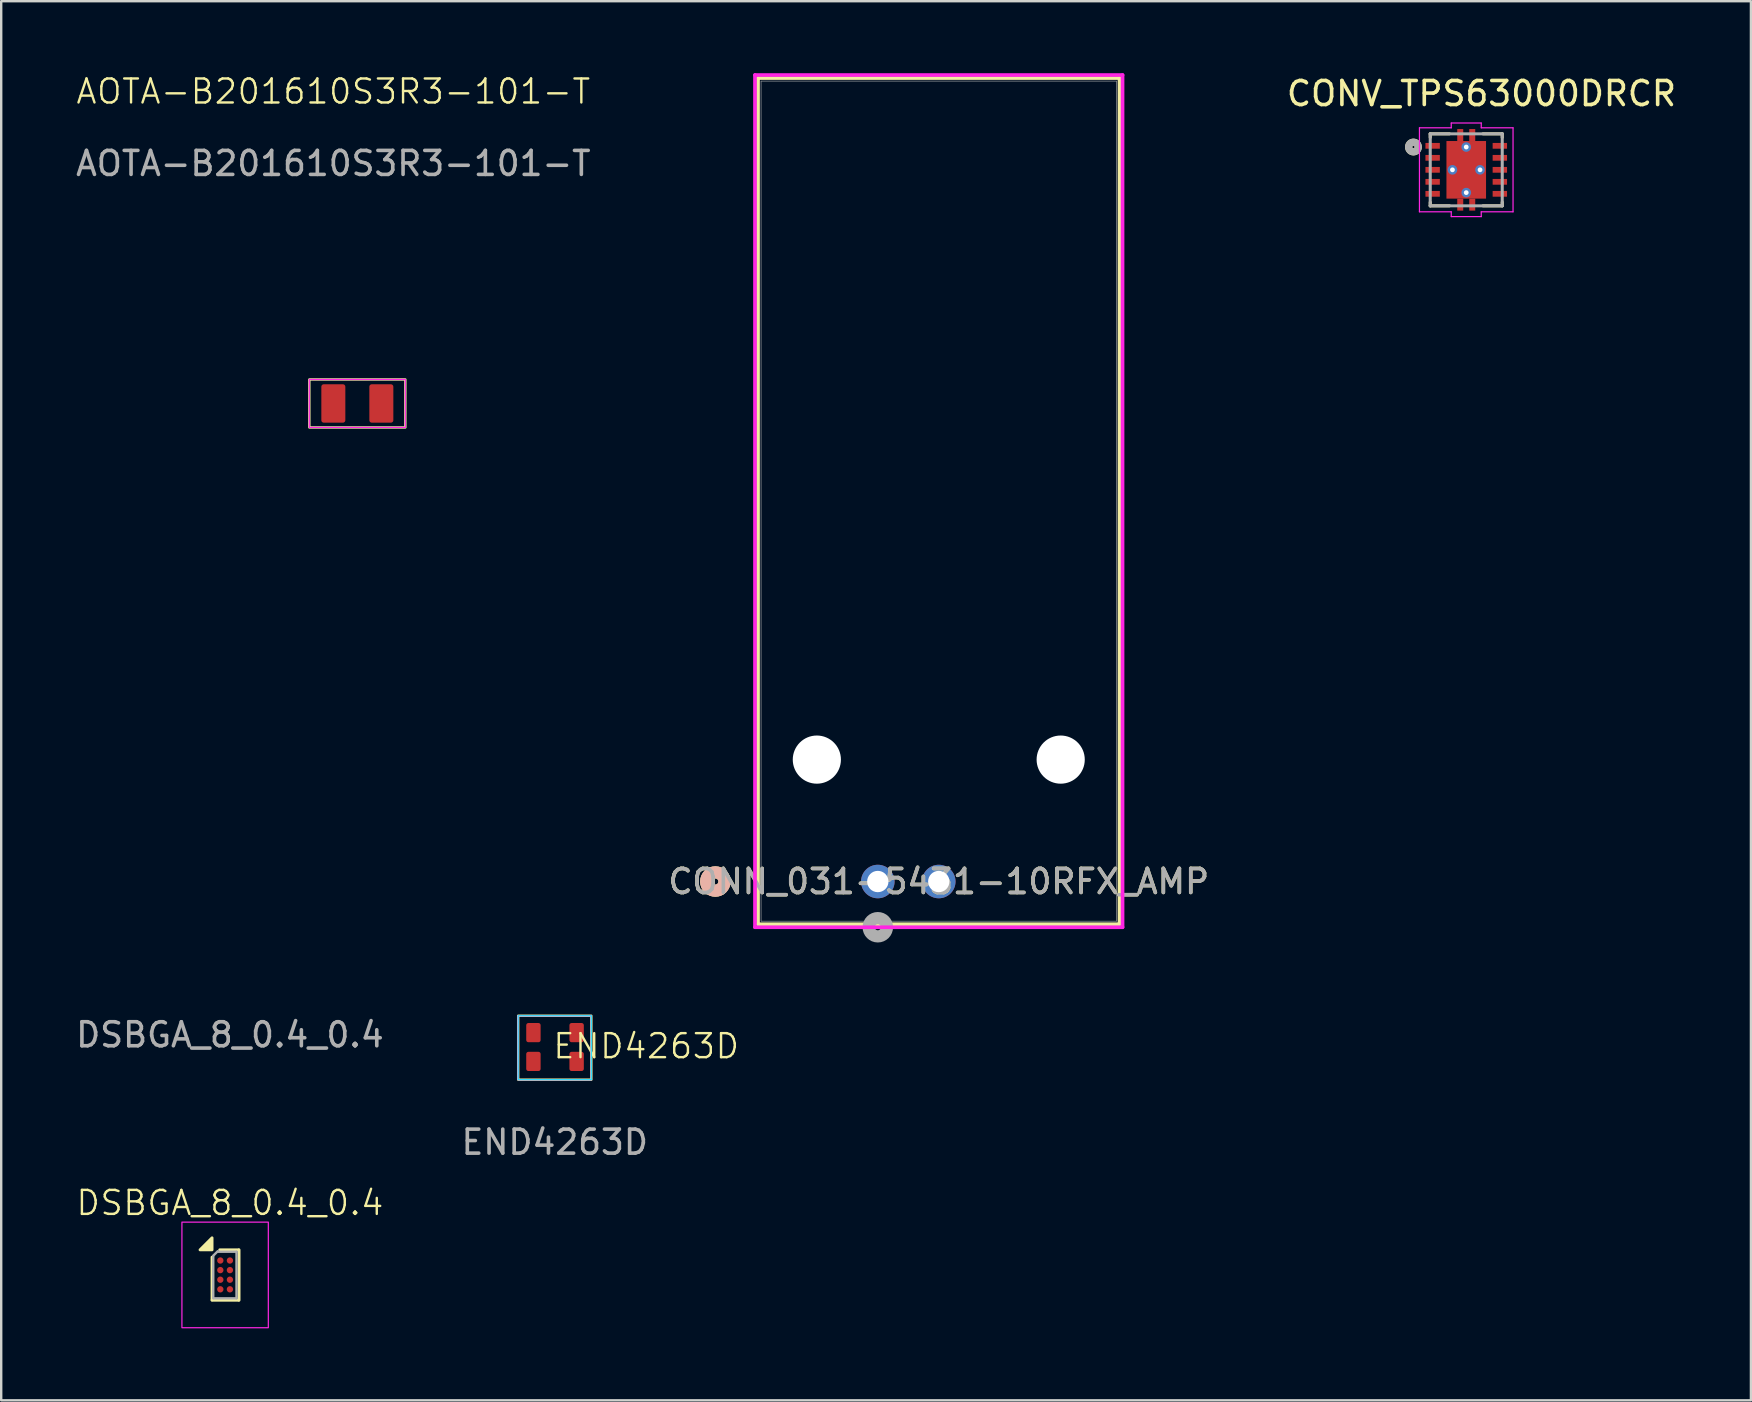
<source format=kicad_pcb>
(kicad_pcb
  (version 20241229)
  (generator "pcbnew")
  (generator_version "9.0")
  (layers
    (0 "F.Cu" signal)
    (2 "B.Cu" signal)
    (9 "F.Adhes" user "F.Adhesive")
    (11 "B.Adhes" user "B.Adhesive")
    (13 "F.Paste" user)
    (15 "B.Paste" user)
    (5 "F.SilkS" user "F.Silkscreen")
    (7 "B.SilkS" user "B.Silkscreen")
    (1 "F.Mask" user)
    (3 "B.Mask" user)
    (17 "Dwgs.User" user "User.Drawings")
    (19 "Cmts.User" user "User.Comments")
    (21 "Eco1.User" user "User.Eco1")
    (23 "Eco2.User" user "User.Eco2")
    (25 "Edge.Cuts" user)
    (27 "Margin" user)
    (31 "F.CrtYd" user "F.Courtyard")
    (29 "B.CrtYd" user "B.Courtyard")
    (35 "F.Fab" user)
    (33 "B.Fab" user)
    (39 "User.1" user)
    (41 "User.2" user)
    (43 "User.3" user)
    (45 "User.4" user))
  (footprint "AOTA-B201610S3R3-101-T"
    (layer "F.Cu")
    (at 10.839 13.761)
    (property "Reference" "AOTA-B201610S3R3-101-T" (at 0 -13 0) (unlocked yes) (layer "F.SilkS") (effects (font (size 1 1) (thickness 0.1))))
    (attr smd)
    (fp_rect (start -1 -1) (end 3 1) (stroke (width 0.1) (type default)) (fill no) (layer "F.SilkS"))
    (fp_rect (start -1 -1) (end 3 1) (stroke (width 0.05) (type default)) (fill no) (layer "F.CrtYd"))
    (fp_text user "${REFERENCE}" (at 0 -10 0) (unlocked yes) (layer "F.Fab") (effects (font (size 1 1) (thickness 0.15))))
    (pad "1" smd roundrect (at 0 0) (size 1 1.6) (layers "F.Cu" "F.Mask" "F.Paste") (roundrect_rratio 0.1))
    (pad "2" smd roundrect (at 2 0) (size 1 1.6) (layers "F.Cu" "F.Mask" "F.Paste") (roundrect_rratio 0.1)))
  (footprint "DSBGA_8_0.4_0.4"
    (layer "F.Cu")
    (at 6.53 49.871)
    (property "Reference" "DSBGA_8_0.4_0.4" (at 0 -2.8 0) (unlocked yes) (layer "F.SilkS") (effects (font (size 1 1) (thickness 0.1))))
    (attr smd)
    (fp_line (start -0.745 -0.54) (end -0.745 1.24) (stroke (width 0.12) (type solid)) (layer "F.SilkS"))
    (fp_line (start -0.745 1.255) (end 0.355 1.255) (stroke (width 0.12) (type solid)) (layer "F.SilkS"))
    (fp_line (start 0.355 -0.845) (end -0.425 -0.845) (stroke (width 0.12) (type solid)) (layer "F.SilkS"))
    (fp_line (start 0.38 -0.845) (end 0.38 1.255) (stroke (width 0.12) (type solid)) (layer "F.SilkS"))
    (fp_poly (pts (xy -0.745 -0.845) (xy -1.245 -0.845) (xy -0.745 -1.345) (xy -0.745 -0.845)) (stroke (width 0.12) (type solid)) (fill yes) (layer "F.SilkS"))
    (fp_rect (start -2 -2) (end 1.6 2.4) (stroke (width 0.05) (type default)) (fill no) (layer "F.CrtYd"))
    (fp_line (start -0.695 -0.595) (end -0.695 1.175) (stroke (width 0.1) (type solid)) (layer "F.Fab"))
    (fp_line (start -0.68 -0.615) (end -0.51 -0.785) (stroke (width 0.1) (type solid)) (layer "F.Fab"))
    (fp_line (start -0.665 1.175) (end 0.275 1.175) (stroke (width 0.1) (type solid)) (layer "F.Fab"))
    (fp_line (start 0.275 -0.765) (end -0.495 -0.765) (stroke (width 0.1) (type solid)) (layer "F.Fab"))
    (fp_line (start 0.275 1.175) (end 0.275 -0.765) (stroke (width 0.1) (type solid)) (layer "F.Fab"))
    (fp_text user "${REFERENCE}" (at 0 -9.803 0) (unlocked yes) (layer "F.Fab") (effects (font (size 1 1) (thickness 0.15))))
    (pad "" smd rect (at -0.4 -0.4) (size 0.3 0.3) (layers "F.Paste"))
    (pad "" smd rect (at -0.4 0) (size 0.3 0.3) (layers "F.Paste"))
    (pad "" smd rect (at -0.4 0.4) (size 0.3 0.3) (layers "F.Paste"))
    (pad "" smd rect (at -0.4 0.8) (size 0.3 0.3) (layers "F.Paste"))
    (pad "" smd rect (at 0 -0.4) (size 0.3 0.3) (layers "F.Paste"))
    (pad "" smd rect (at 0 0) (size 0.3 0.3) (layers "F.Paste"))
    (pad "" smd rect (at 0 0.4) (size 0.3 0.3) (layers "F.Paste"))
    (pad "" smd rect (at 0 0.8) (size 0.3 0.3) (layers "F.Paste"))
    (pad "A1" smd circle (at -0.4 -0.4) (size 0.265 0.265) (property pad_prop_bga) (layers "F.Cu" "F.Mask"))
    (pad "A2" smd circle (at 0 -0.4) (size 0.265 0.265) (property pad_prop_bga) (layers "F.Cu" "F.Mask"))
    (pad "B1" smd circle (at -0.4 0) (size 0.265 0.265) (property pad_prop_bga) (layers "F.Cu" "F.Mask"))
    (pad "B2" smd circle (at 0 0) (size 0.265 0.265) (property pad_prop_bga) (layers "F.Cu" "F.Mask"))
    (pad "C1" smd circle (at -0.4 0.4) (size 0.265 0.265) (property pad_prop_bga) (layers "F.Cu" "F.Mask"))
    (pad "C2" smd circle (at 0 0.4) (size 0.265 0.265) (property pad_prop_bga) (layers "F.Cu" "F.Mask"))
    (pad "D1" smd circle (at -0.4 0.8) (size 0.265 0.265) (property pad_prop_bga) (layers "F.Cu" "F.Mask"))
    (pad "D2" smd circle (at 0 0.8) (size 0.265 0.265) (property pad_prop_bga) (layers "F.Cu" "F.Mask")))
  (footprint "END4263D"
    (layer "F.Cu")
    (at 20.065 40.604)
    (property "Reference" "END4263D" (at 3.81 -0.064 0) (unlocked yes) (layer "F.SilkS") (effects (font (size 1 1) (thickness 0.1))))
    (attr smd)
    (fp_rect (start -1.524 -1.333) (end 1.524 1.333) (stroke (width 0.1) (type default)) (fill no) (layer "F.SilkS"))
    (fp_rect (start -1.524 -1.333) (end 1.524 1.333) (stroke (width 0.05) (type default)) (fill no) (layer "B.CrtYd"))
    (fp_rect (start -1.524 -1.333) (end 1.524 1.333) (stroke (width 0.05) (type default)) (fill no) (layer "F.CrtYd"))
    (fp_text user "${REFERENCE}" (at 0 3.937 0) (unlocked yes) (layer "F.Fab") (effects (font (size 1 1) (thickness 0.15))))
    (pad "1" smd roundrect (at -0.889 0.572) (size 0.6 0.8) (layers "F.Cu" "F.Mask" "F.Paste") (roundrect_rratio 0.15))
    (pad "2" smd roundrect (at 0.911 0.572) (size 0.6 0.8) (layers "F.Cu" "F.Mask" "F.Paste") (roundrect_rratio 0.15))
    (pad "3" smd roundrect (at 0.911 -0.628) (size 0.6 0.8) (layers "F.Cu" "F.Mask" "F.Paste") (roundrect_rratio 0.15))
    (pad "4" smd roundrect (at -0.889 -0.628) (size 0.6 0.8) (layers "F.Cu" "F.Mask" "F.Paste") (roundrect_rratio 0.15)))
  (footprint "CONV_TPS63000DRCR"
    (layer "F.Cu")
    (at 58.043 4.026)
    (property "Reference" "CONV_TPS63000DRCR" (at 0.635 -3.177 0) (layer "F.SilkS") (effects (font (size 1.001 1.001) (thickness 0.15))))
    (attr smd)
    (fp_line (start -1.5 -1.5) (end -1.5 -1.35) (stroke (width 0.127) (type solid)) (layer "F.SilkS"))
    (fp_line (start -1.5 1.5) (end -1.5 1.35) (stroke (width 0.127) (type solid)) (layer "F.SilkS"))
    (fp_line (start -0.7 -1.5) (end -1.5 -1.5) (stroke (width 0.127) (type solid)) (layer "F.SilkS"))
    (fp_line (start -0.7 1.5) (end -1.5 1.5) (stroke (width 0.127) (type solid)) (layer "F.SilkS"))
    (fp_line (start 0.7 -1.5) (end 1.5 -1.5) (stroke (width 0.127) (type solid)) (layer "F.SilkS"))
    (fp_line (start 0.7 1.5) (end 1.5 1.5) (stroke (width 0.127) (type solid)) (layer "F.SilkS"))
    (fp_line (start 1.5 -1.5) (end 1.5 -1.35) (stroke (width 0.127) (type solid)) (layer "F.SilkS"))
    (fp_line (start 1.5 1.5) (end 1.5 1.35) (stroke (width 0.127) (type solid)) (layer "F.SilkS"))
    (fp_circle (center -2.2 -0.95) (end -2.15 -0.95) (stroke (width 0.3) (type solid)) (fill no) (layer "F.SilkS"))
    (fp_poly (pts (xy -0.751 -1.16) (xy 0.75 -1.16) (xy 0.75 -0.1) (xy -0.751 -0.1)) (stroke (width 0.01) (type solid)) (fill yes) (layer "F.Paste"))
    (fp_poly (pts (xy -0.75 0.1) (xy 0.75 0.1) (xy 0.75 1.161) (xy -0.75 1.161)) (stroke (width 0.01) (type solid)) (fill yes) (layer "F.Paste"))
    (fp_poly (pts (xy -0.376 1.36) (xy -0.125 1.36) (xy -0.125 1.703) (xy -0.376 1.703)) (stroke (width 0.01) (type solid)) (fill yes) (layer "F.Paste"))
    (fp_poly (pts (xy -0.375 -1.7) (xy -0.125 -1.7) (xy -0.125 -1.361) (xy -0.375 -1.361)) (stroke (width 0.01) (type solid)) (fill yes) (layer "F.Paste"))
    (fp_poly (pts (xy 0.125 1.36) (xy 0.375 1.36) (xy 0.375 1.702) (xy 0.125 1.702)) (stroke (width 0.01) (type solid)) (fill yes) (layer "F.Paste"))
    (fp_poly (pts (xy 0.125 -1.7) (xy 0.375 -1.7) (xy 0.375 -1.362) (xy 0.125 -1.362)) (stroke (width 0.01) (type solid)) (fill yes) (layer "F.Paste"))
    (fp_line (start -1.95 -1.75) (end -0.625 -1.75) (stroke (width 0.05) (type solid)) (layer "F.CrtYd"))
    (fp_line (start -1.95 1.75) (end -1.95 -1.75) (stroke (width 0.05) (type solid)) (layer "F.CrtYd"))
    (fp_line (start -0.625 -1.95) (end 0.625 -1.95) (stroke (width 0.05) (type solid)) (layer "F.CrtYd"))
    (fp_line (start -0.625 -1.75) (end -0.625 -1.95) (stroke (width 0.05) (type solid)) (layer "F.CrtYd"))
    (fp_line (start -0.625 1.75) (end -1.95 1.75) (stroke (width 0.05) (type solid)) (layer "F.CrtYd"))
    (fp_line (start -0.625 1.95) (end -0.625 1.75) (stroke (width 0.05) (type solid)) (layer "F.CrtYd"))
    (fp_line (start 0.625 -1.95) (end 0.625 -1.75) (stroke (width 0.05) (type solid)) (layer "F.CrtYd"))
    (fp_line (start 0.625 -1.75) (end 1.95 -1.75) (stroke (width 0.05) (type solid)) (layer "F.CrtYd"))
    (fp_line (start 0.625 1.75) (end 0.625 1.95) (stroke (width 0.05) (type solid)) (layer "F.CrtYd"))
    (fp_line (start 0.625 1.95) (end -0.625 1.95) (stroke (width 0.05) (type solid)) (layer "F.CrtYd"))
    (fp_line (start 1.95 -1.75) (end 1.95 1.75) (stroke (width 0.05) (type solid)) (layer "F.CrtYd"))
    (fp_line (start 1.95 1.75) (end 0.625 1.75) (stroke (width 0.05) (type solid)) (layer "F.CrtYd"))
    (fp_line (start -1.5 -1.5) (end 1.5 -1.5) (stroke (width 0.127) (type solid)) (layer "F.Fab"))
    (fp_line (start -1.5 1.5) (end -1.5 -1.5) (stroke (width 0.127) (type solid)) (layer "F.Fab"))
    (fp_line (start 1.5 -1.5) (end 1.5 1.5) (stroke (width 0.127) (type solid)) (layer "F.Fab"))
    (fp_line (start 1.5 1.5) (end -1.5 1.5) (stroke (width 0.127) (type solid)) (layer "F.Fab"))
    (fp_circle (center -2.2 -0.95) (end -2.15 -0.95) (stroke (width 0.3) (type solid)) (fill no) (layer "F.Fab"))
    (pad "1" smd rect (at -1.4 -1) (size 0.6 0.24) (layers "F.Cu" "F.Mask" "F.Paste"))
    (pad "2" smd rect (at -1.4 -0.5) (size 0.6 0.24) (layers "F.Cu" "F.Mask" "F.Paste"))
    (pad "3" smd rect (at -1.4 0) (size 0.6 0.24) (layers "F.Cu" "F.Mask" "F.Paste"))
    (pad "4" smd rect (at -1.4 0.5) (size 0.6 0.24) (layers "F.Cu" "F.Mask" "F.Paste"))
    (pad "5" smd rect (at -1.4 1) (size 0.6 0.24) (layers "F.Cu" "F.Mask" "F.Paste"))
    (pad "6" smd rect (at 1.4 1) (size 0.6 0.24) (layers "F.Cu" "F.Mask" "F.Paste"))
    (pad "7" smd rect (at 1.4 0.5) (size 0.6 0.24) (layers "F.Cu" "F.Mask" "F.Paste"))
    (pad "8" smd rect (at 1.4 0) (size 0.6 0.24) (layers "F.Cu" "F.Mask" "F.Paste"))
    (pad "9" smd rect (at 1.4 -0.5) (size 0.6 0.24) (layers "F.Cu" "F.Mask" "F.Paste"))
    (pad "10" smd rect (at 1.4 -1) (size 0.6 0.24) (layers "F.Cu" "F.Mask" "F.Paste"))
    (pad "11" smd rect (at 0 0) (size 1.65 2.4) (layers "F.Cu" "F.Mask"))
    (pad "11_1" smd rect (at -0.25 -1.45) (size 0.25 0.5) (layers "F.Cu" "F.Mask"))
    (pad "11_2" smd rect (at 0.25 -1.45) (size 0.25 0.5) (layers "F.Cu" "F.Mask"))
    (pad "11_3" smd rect (at 0.25 1.45) (size 0.25 0.5) (layers "F.Cu" "F.Mask"))
    (pad "11_4" smd rect (at -0.25 1.45) (size 0.25 0.5) (layers "F.Cu" "F.Mask"))
    (pad "11_5" thru_hole circle (at 0 -0.95) (size 0.4 0.4) (drill 0.2) (layers "*.Cu"))
    (pad "11_6" thru_hole circle (at -0.575 0) (size 0.4 0.4) (drill 0.2) (layers "*.Cu"))
    (pad "11_7" thru_hole circle (at 0.575 0) (size 0.4 0.4) (drill 0.2) (layers "*.Cu"))
    (pad "11_8" thru_hole circle (at 0 0.95) (size 0.4 0.4) (drill 0.2) (layers "*.Cu")))
  (footprint "CONN_031-5431-10RFX_AMP"
    (layer "F.Cu")
    (at 36.065 33.68)
    (property "Reference" "CONN_031-5431-10RFX_AMP" (at 0 0 0) (unlocked yes) (layer "F.SilkS") (effects (font (size 1 1) (thickness 0.15))))
    (attr through_hole)
    (fp_line (start -7.531 -33.477) (end -7.531 1.778) (stroke (width 0.152) (type solid)) (layer "F.SilkS"))
    (fp_line (start -7.531 1.778) (end 7.531 1.778) (stroke (width 0.152) (type solid)) (layer "F.SilkS"))
    (fp_line (start 7.531 -33.477) (end -7.531 -33.477) (stroke (width 0.152) (type solid)) (layer "F.SilkS"))
    (fp_line (start 7.531 1.778) (end 7.531 -33.477) (stroke (width 0.152) (type solid)) (layer "F.SilkS"))
    (fp_circle (center -9.309 0) (end -8.928 0) (stroke (width 0.508) (type solid)) (fill no) (layer "F.SilkS"))
    (fp_circle (center -9.309 0) (end -8.928 0) (stroke (width 0.508) (type solid)) (fill no) (layer "B.SilkS"))
    (fp_line (start -7.658 -33.604) (end -7.658 1.905) (stroke (width 0.152) (type solid)) (layer "F.CrtYd"))
    (fp_line (start -7.658 1.905) (end 7.658 1.905) (stroke (width 0.152) (type solid)) (layer "F.CrtYd"))
    (fp_line (start 7.658 -33.604) (end -7.658 -33.604) (stroke (width 0.152) (type solid)) (layer "F.CrtYd"))
    (fp_line (start 7.658 1.905) (end 7.658 -33.604) (stroke (width 0.152) (type solid)) (layer "F.CrtYd"))
    (fp_line (start -7.404 -33.35) (end -7.404 1.651) (stroke (width 0.025) (type solid)) (layer "F.Fab"))
    (fp_line (start -7.404 1.651) (end 7.404 1.651) (stroke (width 0.025) (type solid)) (layer "F.Fab"))
    (fp_line (start 7.404 -33.35) (end -7.404 -33.35) (stroke (width 0.025) (type solid)) (layer "F.Fab"))
    (fp_line (start 7.404 1.651) (end 7.404 -33.35) (stroke (width 0.025) (type solid)) (layer "F.Fab"))
    (fp_circle (center -2.54 1.905) (end -2.159 1.905) (stroke (width 0.508) (type solid)) (fill no) (layer "F.Fab"))
    (fp_text user "${REFERENCE}" (at 0 0 0) (unlocked yes) (layer "F.Fab") (effects (font (size 1 1) (thickness 0.15))))
    (pad "" np_thru_hole circle (at -5.08 -5.08) (size 2.007 2.007) (drill 2.007) (layers "*.Cu" "*.Mask"))
    (pad "" np_thru_hole circle (at 5.08 -5.08) (size 2.007 2.007) (drill 2.007) (layers "*.Cu" "*.Mask"))
    (pad "1" thru_hole circle (at -2.54 0) (size 1.397 1.397) (drill 0.889) (layers "*.Cu" "*.Mask"))
    (pad "2" thru_hole circle (at 0 0) (size 1.397 1.397) (drill 0.889) (layers "*.Cu" "*.Mask")))
  (gr_rect
    (start -3 -3)
    (end 69.905 55.296)
    (stroke (width 0.1) (type default))
    (fill no)
    (layer "Edge.Cuts")))
</source>
